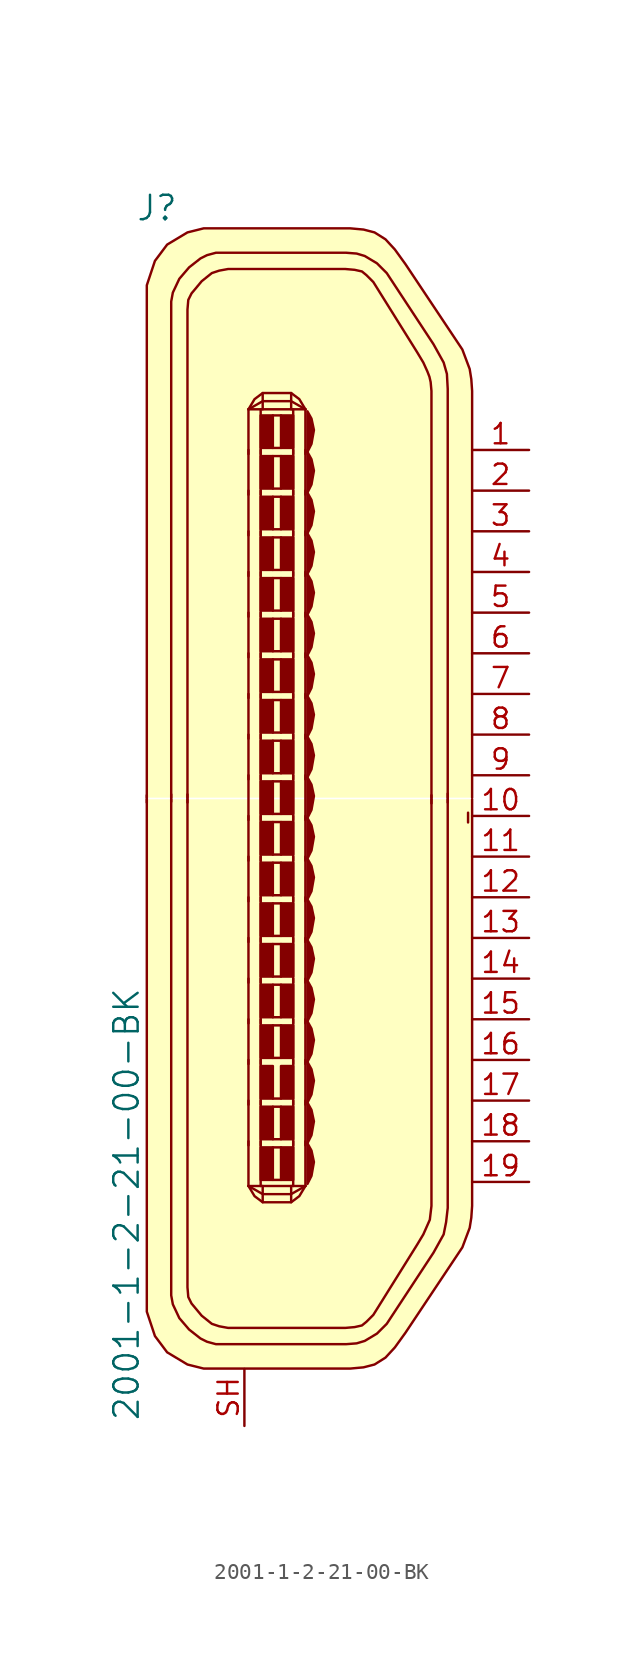
<source format=kicad_sym>
(kicad_symbol_lib
  (version 20220914)
  (generator kicad_symbol_editor)
  (symbol "2001-1-2-21-00-BK"
    (pin_names
      (offset 1.016))
    (property "Reference" "J"
      (at -8.001 37.973 0)
      (effects (font (size 1.524 1.524))))
    (property "Value" "2001-1-2-21-00-BK"
      (at -9.906 -24.257 90)
      (effects (font (size 1.524 1.524))))
    (symbol "2001-1-2-21-00-BK_0_1"
      (rectangle (start -1.524 -20.701) (end -0.762 -22.733) (stroke (width 0) (type default)) (fill (type outline)))
      (rectangle (start -1.524 -18.161) (end -0.762 -20.193) (stroke (width 0) (type default)) (fill (type outline)))
      (rectangle (start -1.524 -15.621) (end -0.762 -17.653) (stroke (width 0) (type default)) (fill (type outline)))
      (rectangle (start -1.524 -13.081) (end -0.762 -15.113) (stroke (width 0) (type default)) (fill (type outline)))
      (rectangle (start -1.524 -10.541) (end -0.762 -12.573) (stroke (width 0) (type default)) (fill (type outline)))
      (rectangle (start -1.524 -8.001) (end -0.762 -10.033) (stroke (width 0) (type default)) (fill (type outline)))
      (rectangle (start -1.524 -5.461) (end -0.762 -7.493) (stroke (width 0) (type default)) (fill (type outline)))
      (rectangle (start -1.524 -2.921) (end -0.762 -4.953) (stroke (width 0) (type default)) (fill (type outline)))
      (rectangle (start -1.524 -0.381) (end -0.762 -2.413) (stroke (width 0) (type default)) (fill (type outline)))
      (rectangle (start -1.524 2.159) (end -0.762 0.127) (stroke (width 0) (type default)) (fill (type outline)))
      (rectangle (start -1.524 4.699) (end -0.762 2.667) (stroke (width 0) (type default)) (fill (type outline)))
      (rectangle (start -1.524 7.239) (end -0.762 5.207) (stroke (width 0) (type default)) (fill (type outline)))
      (rectangle (start -1.524 9.779) (end -0.762 7.747) (stroke (width 0) (type default)) (fill (type outline)))
      (rectangle (start -1.524 12.319) (end -0.762 10.287) (stroke (width 0) (type default)) (fill (type outline)))
      (rectangle (start -1.524 14.859) (end -0.762 12.827) (stroke (width 0) (type default)) (fill (type outline)))
      (rectangle (start -1.524 17.399) (end -0.762 15.367) (stroke (width 0) (type default)) (fill (type outline)))
      (rectangle (start -1.524 19.939) (end -0.762 17.907) (stroke (width 0) (type default)) (fill (type outline)))
      (rectangle (start -1.524 22.479) (end -0.762 20.447) (stroke (width 0) (type default)) (fill (type outline)))
      (rectangle (start -1.524 25.019) (end -0.762 22.987) (stroke (width 0) (type default)) (fill (type outline)))
      (polyline (pts (xy -8.636 1.295) (xy -8.636 0.838)) (stroke (width 0) (type default)) (fill (type none)))
      (polyline (pts (xy -7.112 1.346) (xy -7.112 0.889)) (stroke (width 0) (type default)) (fill (type none)))
      (polyline (pts (xy -6.096 1.346) (xy -6.096 0.838)) (stroke (width 0) (type default)) (fill (type none)))
      (polyline (pts (xy -2.286 -23.114) (xy 1.27 -23.114)) (stroke (width 0) (type default)) (fill (type none)))
      (polyline (pts (xy -2.286 -20.32) (xy -2.286 -23.114)) (stroke (width 0) (type default)) (fill (type none)))
      (polyline (pts (xy -2.286 -17.78) (xy -2.286 -20.574)) (stroke (width 0) (type default)) (fill (type none)))
      (polyline (pts (xy -2.286 -15.24) (xy -2.286 -18.034)) (stroke (width 0) (type default)) (fill (type none)))
      (polyline (pts (xy -2.286 -12.7) (xy -2.286 -15.494)) (stroke (width 0) (type default)) (fill (type none)))
      (polyline (pts (xy -2.286 -10.16) (xy -2.286 -12.954)) (stroke (width 0) (type default)) (fill (type none)))
      (polyline (pts (xy -2.286 -7.62) (xy -2.286 -10.414)) (stroke (width 0) (type default)) (fill (type none)))
      (polyline (pts (xy -2.286 -5.08) (xy -2.286 -7.874)) (stroke (width 0) (type default)) (fill (type none)))
      (polyline (pts (xy -2.286 -2.54) (xy -2.286 -5.334)) (stroke (width 0) (type default)) (fill (type none)))
      (polyline (pts (xy -2.286 0) (xy -2.286 -2.794)) (stroke (width 0) (type default)) (fill (type none)))
      (polyline (pts (xy -2.286 2.54) (xy -2.286 -0.254)) (stroke (width 0) (type default)) (fill (type none)))
      (polyline (pts (xy -2.286 5.08) (xy -2.286 2.286)) (stroke (width 0) (type default)) (fill (type none)))
      (polyline (pts (xy -2.286 7.62) (xy -2.286 4.826)) (stroke (width 0) (type default)) (fill (type none)))
      (polyline (pts (xy -2.286 10.16) (xy -2.286 7.366)) (stroke (width 0) (type default)) (fill (type none)))
      (polyline (pts (xy -2.286 12.7) (xy -2.286 9.906)) (stroke (width 0) (type default)) (fill (type none)))
      (polyline (pts (xy -2.286 15.24) (xy -2.286 12.446)) (stroke (width 0) (type default)) (fill (type none)))
      (polyline (pts (xy -2.286 17.78) (xy -2.286 14.986)) (stroke (width 0) (type default)) (fill (type none)))
      (polyline (pts (xy -2.286 20.32) (xy -2.286 17.526)) (stroke (width 0) (type default)) (fill (type none)))
      (polyline (pts (xy -2.286 22.86) (xy -2.286 20.066)) (stroke (width 0) (type default)) (fill (type none)))
      (polyline (pts (xy -2.286 25.4) (xy -2.286 22.606)) (stroke (width 0) (type default)) (fill (type none)))
      (polyline (pts (xy -2.286 25.4) (xy 1.27 25.4)) (stroke (width 0) (type default)) (fill (type none)))
      (polyline (pts (xy -1.524 -20.32) (xy -1.524 -23.114)) (stroke (width 0) (type default)) (fill (type none)))
      (polyline (pts (xy -1.524 -17.78) (xy -1.524 -20.574)) (stroke (width 0) (type default)) (fill (type none)))
      (polyline (pts (xy -1.524 -15.24) (xy -1.524 -18.034)) (stroke (width 0) (type default)) (fill (type none)))
      (polyline (pts (xy -1.524 -12.7) (xy -1.524 -15.494)) (stroke (width 0) (type default)) (fill (type none)))
      (polyline (pts (xy -1.524 -10.16) (xy -1.524 -12.954)) (stroke (width 0) (type default)) (fill (type none)))
      (polyline (pts (xy -1.524 -7.62) (xy -1.524 -10.414)) (stroke (width 0) (type default)) (fill (type none)))
      (polyline (pts (xy -1.524 -5.08) (xy -1.524 -7.874)) (stroke (width 0) (type default)) (fill (type none)))
      (polyline (pts (xy -1.524 -2.54) (xy -1.524 -5.334)) (stroke (width 0) (type default)) (fill (type none)))
      (polyline (pts (xy -1.524 0) (xy -1.524 -2.794)) (stroke (width 0) (type default)) (fill (type none)))
      (polyline (pts (xy -1.524 2.54) (xy -1.524 -0.254)) (stroke (width 0) (type default)) (fill (type none)))
      (polyline (pts (xy -1.524 5.08) (xy -1.524 2.286)) (stroke (width 0) (type default)) (fill (type none)))
      (polyline (pts (xy -1.524 7.62) (xy -1.524 4.826)) (stroke (width 0) (type default)) (fill (type none)))
      (polyline (pts (xy -1.524 10.16) (xy -1.524 7.366)) (stroke (width 0) (type default)) (fill (type none)))
      (polyline (pts (xy -1.524 12.7) (xy -1.524 9.906)) (stroke (width 0) (type default)) (fill (type none)))
      (polyline (pts (xy -1.524 15.24) (xy -1.524 12.446)) (stroke (width 0) (type default)) (fill (type none)))
      (polyline (pts (xy -1.524 17.78) (xy -1.524 14.986)) (stroke (width 0) (type default)) (fill (type none)))
      (polyline (pts (xy -1.524 20.32) (xy -1.524 17.526)) (stroke (width 0) (type default)) (fill (type none)))
      (polyline (pts (xy -1.524 22.86) (xy -1.524 20.066)) (stroke (width 0) (type default)) (fill (type none)))
      (polyline (pts (xy -1.524 25.4) (xy -1.524 22.606)) (stroke (width 0) (type default)) (fill (type none)))
      (polyline (pts (xy -1.397 -23.114) (xy -1.397 -24.13)) (stroke (width 0) (type default)) (fill (type none)))
      (polyline (pts (xy -1.397 25.4) (xy -1.397 26.416)) (stroke (width 0) (type default)) (fill (type none)))
      (polyline (pts (xy -0.762 -22.733) (xy -0.254 -22.733)) (stroke (width 0) (type default)) (fill (type none)))
      (polyline (pts (xy -0.762 -20.701) (xy -0.254 -20.701)) (stroke (width 0) (type default)) (fill (type none)))
      (polyline (pts (xy -0.762 -20.193) (xy -0.254 -20.193)) (stroke (width 0) (type default)) (fill (type none)))
      (polyline (pts (xy -0.762 -18.161) (xy -0.254 -18.161)) (stroke (width 0) (type default)) (fill (type none)))
      (polyline (pts (xy -0.762 -17.653) (xy -0.254 -17.653)) (stroke (width 0) (type default)) (fill (type none)))
      (polyline (pts (xy -0.762 -15.113) (xy -0.254 -15.113)) (stroke (width 0) (type default)) (fill (type none)))
      (polyline (pts (xy -0.762 -13.081) (xy -0.254 -13.081)) (stroke (width 0) (type default)) (fill (type none)))
      (polyline (pts (xy -0.762 -12.573) (xy -0.254 -12.573)) (stroke (width 0) (type default)) (fill (type none)))
      (polyline (pts (xy -0.762 -10.541) (xy -0.254 -10.541)) (stroke (width 0) (type default)) (fill (type none)))
      (polyline (pts (xy -0.762 -10.033) (xy -0.254 -10.033)) (stroke (width 0) (type default)) (fill (type none)))
      (polyline (pts (xy -0.762 -8.001) (xy -0.254 -8.001)) (stroke (width 0) (type default)) (fill (type none)))
      (polyline (pts (xy -0.762 -7.493) (xy -0.254 -7.493)) (stroke (width 0) (type default)) (fill (type none)))
      (polyline (pts (xy -0.762 -5.461) (xy -0.254 -5.461)) (stroke (width 0) (type default)) (fill (type none)))
      (polyline (pts (xy -0.762 -4.953) (xy -0.254 -4.953)) (stroke (width 0) (type default)) (fill (type none)))
      (polyline (pts (xy -0.762 -2.921) (xy -0.254 -2.921)) (stroke (width 0) (type default)) (fill (type none)))
      (polyline (pts (xy -0.762 -2.413) (xy -0.254 -2.413)) (stroke (width 0) (type default)) (fill (type none)))
      (polyline (pts (xy -0.762 -0.381) (xy -0.254 -0.381)) (stroke (width 0) (type default)) (fill (type none)))
      (polyline (pts (xy -0.762 0.127) (xy -0.254 0.127)) (stroke (width 0) (type default)) (fill (type none)))
      (polyline (pts (xy -0.762 2.159) (xy -0.254 2.159)) (stroke (width 0) (type default)) (fill (type none)))
      (polyline (pts (xy -0.762 2.667) (xy -0.254 2.667)) (stroke (width 0) (type default)) (fill (type none)))
      (polyline (pts (xy -0.762 4.699) (xy -0.254 4.699)) (stroke (width 0) (type default)) (fill (type none)))
      (polyline (pts (xy -0.762 5.207) (xy -0.254 5.207)) (stroke (width 0) (type default)) (fill (type none)))
      (polyline (pts (xy -0.762 7.239) (xy -0.254 7.239)) (stroke (width 0) (type default)) (fill (type none)))
      (polyline (pts (xy -0.762 7.747) (xy -0.254 7.747)) (stroke (width 0) (type default)) (fill (type none)))
      (polyline (pts (xy -0.762 9.779) (xy -0.254 9.779)) (stroke (width 0) (type default)) (fill (type none)))
      (polyline (pts (xy -0.762 10.287) (xy -0.254 10.287)) (stroke (width 0) (type default)) (fill (type none)))
      (polyline (pts (xy -0.762 12.319) (xy -0.254 12.319)) (stroke (width 0) (type default)) (fill (type none)))
      (polyline (pts (xy -0.762 12.827) (xy -0.254 12.827)) (stroke (width 0) (type default)) (fill (type none)))
      (polyline (pts (xy -0.762 14.859) (xy -0.254 14.859)) (stroke (width 0) (type default)) (fill (type none)))
      (polyline (pts (xy -0.762 15.367) (xy -0.254 15.367)) (stroke (width 0) (type default)) (fill (type none)))
      (polyline (pts (xy -0.762 17.399) (xy -0.254 17.399)) (stroke (width 0) (type default)) (fill (type none)))
      (polyline (pts (xy -0.762 17.907) (xy -0.254 17.907)) (stroke (width 0) (type default)) (fill (type none)))
      (polyline (pts (xy -0.762 19.939) (xy -0.254 19.939)) (stroke (width 0) (type default)) (fill (type none)))
      (polyline (pts (xy -0.762 20.447) (xy -0.254 20.447)) (stroke (width 0) (type default)) (fill (type none)))
      (polyline (pts (xy -0.762 22.479) (xy -0.254 22.479)) (stroke (width 0) (type default)) (fill (type none)))
      (polyline (pts (xy -0.762 22.987) (xy -0.254 22.987)) (stroke (width 0) (type default)) (fill (type none)))
      (polyline (pts (xy -0.762 25.019) (xy -0.254 25.019)) (stroke (width 0) (type default)) (fill (type none)))
      (polyline (pts (xy 0.381 -23.114) (xy 0.381 -24.13)) (stroke (width 0) (type default)) (fill (type none)))
      (polyline (pts (xy 0.381 25.4) (xy 0.381 26.416)) (stroke (width 0) (type default)) (fill (type none)))
      (polyline (pts (xy 1.27 -20.32) (xy 1.27 -23.114)) (stroke (width 0) (type default)) (fill (type none)))
      (polyline (pts (xy 1.27 -17.78) (xy 1.27 -20.574)) (stroke (width 0) (type default)) (fill (type none)))
      (polyline (pts (xy 1.27 -15.24) (xy 1.27 -18.034)) (stroke (width 0) (type default)) (fill (type none)))
      (polyline (pts (xy 1.27 -12.7) (xy 1.27 -15.494)) (stroke (width 0) (type default)) (fill (type none)))
      (polyline (pts (xy 1.27 -10.16) (xy 1.27 -12.954)) (stroke (width 0) (type default)) (fill (type none)))
      (polyline (pts (xy 1.27 -7.62) (xy 1.27 -10.414)) (stroke (width 0) (type default)) (fill (type none)))
      (polyline (pts (xy 1.27 -5.08) (xy 1.27 -7.874)) (stroke (width 0) (type default)) (fill (type none)))
      (polyline (pts (xy 1.27 -2.54) (xy 1.27 -5.334)) (stroke (width 0) (type default)) (fill (type none)))
      (polyline (pts (xy 1.27 0) (xy 1.27 -2.794)) (stroke (width 0) (type default)) (fill (type none)))
      (polyline (pts (xy 1.27 2.54) (xy 1.27 -0.254)) (stroke (width 0) (type default)) (fill (type none)))
      (polyline (pts (xy 1.27 5.08) (xy 1.27 2.286)) (stroke (width 0) (type default)) (fill (type none)))
      (polyline (pts (xy 1.27 7.62) (xy 1.27 4.826)) (stroke (width 0) (type default)) (fill (type none)))
      (polyline (pts (xy 1.27 10.16) (xy 1.27 7.366)) (stroke (width 0) (type default)) (fill (type none)))
      (polyline (pts (xy 1.27 12.7) (xy 1.27 9.906)) (stroke (width 0) (type default)) (fill (type none)))
      (polyline (pts (xy 1.27 15.24) (xy 1.27 12.446)) (stroke (width 0) (type default)) (fill (type none)))
      (polyline (pts (xy 1.27 17.78) (xy 1.27 14.986)) (stroke (width 0) (type default)) (fill (type none)))
      (polyline (pts (xy 1.27 20.32) (xy 1.27 17.526)) (stroke (width 0) (type default)) (fill (type none)))
      (polyline (pts (xy 1.27 22.86) (xy 1.27 20.066)) (stroke (width 0) (type default)) (fill (type none)))
      (polyline (pts (xy 1.27 25.4) (xy 1.27 22.606)) (stroke (width 0) (type default)) (fill (type none)))
      (polyline (pts (xy 9.144 1.295) (xy 9.144 0.787)) (stroke (width 0) (type default)) (fill (type none)))
      (polyline (pts (xy 10.16 1.397) (xy 10.16 0.838)) (stroke (width 0) (type default)) (fill (type none)))
      (polyline (pts (xy 11.43 0.203) (xy 11.43 -0.406)) (stroke (width 0) (type default)) (fill (type none)))
      (polyline (pts (xy 0.508 -20.32) (xy 0.508 -22.733) (xy 0.508 -23.114)) (stroke (width 0) (type default)) (fill (type none)))
      (polyline (pts (xy 0.508 -17.78) (xy 0.508 -20.193) (xy 0.508 -20.574)) (stroke (width 0) (type default)) (fill (type none)))
      (polyline (pts (xy 0.508 -15.24) (xy 0.508 -17.653) (xy 0.508 -18.034)) (stroke (width 0) (type default)) (fill (type none)))
      (polyline (pts (xy 0.508 -12.7) (xy 0.508 -15.113) (xy 0.508 -15.494)) (stroke (width 0) (type default)) (fill (type none)))
      (polyline (pts (xy 0.508 -10.16) (xy 0.508 -12.573) (xy 0.508 -12.954)) (stroke (width 0) (type default)) (fill (type none)))
      (polyline (pts (xy 0.508 -7.62) (xy 0.508 -10.033) (xy 0.508 -10.414)) (stroke (width 0) (type default)) (fill (type none)))
      (polyline (pts (xy 0.508 -5.08) (xy 0.508 -7.493) (xy 0.508 -7.874)) (stroke (width 0) (type default)) (fill (type none)))
      (polyline (pts (xy 0.508 -2.54) (xy 0.508 -4.953) (xy 0.508 -5.334)) (stroke (width 0) (type default)) (fill (type none)))
      (polyline (pts (xy 0.508 0) (xy 0.508 -2.413) (xy 0.508 -2.794)) (stroke (width 0) (type default)) (fill (type none)))
      (polyline (pts (xy 0.508 2.54) (xy 0.508 0.127) (xy 0.508 -0.254)) (stroke (width 0) (type default)) (fill (type none)))
      (polyline (pts (xy 0.508 5.08) (xy 0.508 2.667) (xy 0.508 2.286)) (stroke (width 0) (type default)) (fill (type none)))
      (polyline (pts (xy 0.508 7.62) (xy 0.508 5.207) (xy 0.508 4.826)) (stroke (width 0) (type default)) (fill (type none)))
      (polyline (pts (xy 0.508 10.16) (xy 0.508 7.747) (xy 0.508 7.366)) (stroke (width 0) (type default)) (fill (type none)))
      (polyline (pts (xy 0.508 12.7) (xy 0.508 10.287) (xy 0.508 9.906)) (stroke (width 0) (type default)) (fill (type none)))
      (polyline (pts (xy 0.508 15.24) (xy 0.508 12.827) (xy 0.508 12.446)) (stroke (width 0) (type default)) (fill (type none)))
      (polyline (pts (xy 0.508 17.78) (xy 0.508 15.367) (xy 0.508 14.986)) (stroke (width 0) (type default)) (fill (type none)))
      (polyline (pts (xy 0.508 20.32) (xy 0.508 17.907) (xy 0.508 17.526)) (stroke (width 0) (type default)) (fill (type none)))
      (polyline (pts (xy 0.508 22.86) (xy 0.508 20.447) (xy 0.508 20.066)) (stroke (width 0) (type default)) (fill (type none)))
      (polyline (pts (xy 0.508 25.4) (xy 0.508 22.987) (xy 0.508 22.606)) (stroke (width 0) (type default)) (fill (type none)))
      (polyline (pts (xy -2.286 -23.114) (xy -1.397 -23.622) (xy 0.381 -23.622) (xy 1.27 -23.114)) (stroke (width 0) (type default)) (fill (type none)))
      (polyline (pts (xy -2.286 25.4) (xy -1.397 25.908) (xy 0.381 25.908) (xy 1.27 25.4)) (stroke (width 0) (type default)) (fill (type none)))
      (polyline (pts (xy -2.286 -23.114) (xy -1.905 -23.749) (xy -1.397 -24.13) (xy 0.381 -24.13) (xy 0.889 -23.749) (xy 1.27 -23.114)) (stroke (width 0) (type default)) (fill (type none)))
      (polyline (pts (xy -2.286 25.4) (xy -1.905 26.035) (xy -1.397 26.416) (xy 0.381 26.416) (xy 0.889 26.035) (xy 1.27 25.4)) (stroke (width 0) (type default)) (fill (type none)))
      (polyline (pts (xy 1.397 -20.447) (xy 1.397 -22.987) (xy 1.651 -22.479) (xy 1.803 -21.615) (xy 1.651 -20.904) (xy 1.397 -20.447)) (stroke (width 0) (type default)) (fill (type outline)))
      (polyline (pts (xy 1.397 -17.907) (xy 1.397 -20.447) (xy 1.651 -19.939) (xy 1.803 -19.075) (xy 1.651 -18.364) (xy 1.397 -17.907)) (stroke (width 0) (type default)) (fill (type outline)))
      (polyline (pts (xy 1.397 -15.367) (xy 1.397 -17.907) (xy 1.651 -17.399) (xy 1.803 -16.535) (xy 1.651 -15.824) (xy 1.397 -15.367)) (stroke (width 0) (type default)) (fill (type outline)))
      (polyline (pts (xy 1.397 -12.827) (xy 1.397 -15.367) (xy 1.651 -14.859) (xy 1.803 -13.995) (xy 1.651 -13.284) (xy 1.397 -12.827)) (stroke (width 0) (type default)) (fill (type outline)))
      (polyline (pts (xy 1.397 -10.287) (xy 1.397 -12.827) (xy 1.651 -12.319) (xy 1.803 -11.455) (xy 1.651 -10.744) (xy 1.397 -10.287)) (stroke (width 0) (type default)) (fill (type outline)))
      (polyline (pts (xy 1.397 -7.747) (xy 1.397 -10.287) (xy 1.651 -9.779) (xy 1.803 -8.915) (xy 1.651 -8.204) (xy 1.397 -7.747)) (stroke (width 0) (type default)) (fill (type outline)))
      (polyline (pts (xy 1.397 -5.207) (xy 1.397 -7.747) (xy 1.651 -7.239) (xy 1.803 -6.375) (xy 1.651 -5.664) (xy 1.397 -5.207)) (stroke (width 0) (type default)) (fill (type outline)))
      (polyline (pts (xy 1.397 -2.667) (xy 1.397 -5.207) (xy 1.651 -4.699) (xy 1.803 -3.835) (xy 1.651 -3.124) (xy 1.397 -2.667)) (stroke (width 0) (type default)) (fill (type outline)))
      (polyline (pts (xy 1.397 -0.127) (xy 1.397 -2.667) (xy 1.651 -2.159) (xy 1.803 -1.295) (xy 1.651 -0.584) (xy 1.397 -0.127)) (stroke (width 0) (type default)) (fill (type outline)))
      (polyline (pts (xy 1.397 2.413) (xy 1.397 -0.127) (xy 1.651 0.381) (xy 1.803 1.245) (xy 1.651 1.956) (xy 1.397 2.413)) (stroke (width 0) (type default)) (fill (type outline)))
      (polyline (pts (xy 1.397 4.953) (xy 1.397 2.413) (xy 1.651 2.921) (xy 1.803 3.785) (xy 1.651 4.496) (xy 1.397 4.953)) (stroke (width 0) (type default)) (fill (type outline)))
      (polyline (pts (xy 1.397 7.493) (xy 1.397 4.953) (xy 1.651 5.461) (xy 1.803 6.325) (xy 1.651 7.036) (xy 1.397 7.493)) (stroke (width 0) (type default)) (fill (type outline)))
      (polyline (pts (xy 1.397 10.033) (xy 1.397 7.493) (xy 1.651 8.001) (xy 1.803 8.865) (xy 1.651 9.576) (xy 1.397 10.033)) (stroke (width 0) (type default)) (fill (type outline)))
      (polyline (pts (xy 1.397 12.573) (xy 1.397 10.033) (xy 1.651 10.541) (xy 1.803 11.405) (xy 1.651 12.116) (xy 1.397 12.573)) (stroke (width 0) (type default)) (fill (type outline)))
      (polyline (pts (xy 1.397 15.113) (xy 1.397 12.573) (xy 1.651 13.081) (xy 1.803 13.945) (xy 1.651 14.656) (xy 1.397 15.113)) (stroke (width 0) (type default)) (fill (type outline)))
      (polyline (pts (xy 1.397 17.653) (xy 1.397 15.113) (xy 1.651 15.621) (xy 1.803 16.485) (xy 1.651 17.196) (xy 1.397 17.653)) (stroke (width 0) (type default)) (fill (type outline)))
      (polyline (pts (xy 1.397 20.193) (xy 1.397 17.653) (xy 1.651 18.161) (xy 1.803 19.025) (xy 1.651 19.736) (xy 1.397 20.193)) (stroke (width 0) (type default)) (fill (type outline)))
      (polyline (pts (xy 1.397 22.733) (xy 1.397 20.193) (xy 1.651 20.701) (xy 1.803 21.565) (xy 1.651 22.276) (xy 1.397 22.733)) (stroke (width 0) (type default)) (fill (type outline)))
      (polyline (pts (xy 1.397 25.273) (xy 1.397 22.733) (xy 1.651 23.241) (xy 1.803 24.105) (xy 1.651 24.816) (xy 1.397 25.273)) (stroke (width 0) (type default)) (fill (type outline)))
      (polyline (pts (xy 9.144 1.041) (xy 9.144 -24.359) (xy 9.042 -25.222) (xy 8.636 -26.137) (xy 8.255 -26.772) (xy 5.512 -31.166) (xy 5.08 -31.598) (xy 4.801 -31.826) (xy 4.343 -31.928) (xy 3.759 -31.979) (xy -3.556 -31.979) (xy -4.115 -31.877) (xy -4.572 -31.725) (xy -5.207 -31.217) (xy -5.842 -30.455) (xy -6.045 -30.048) (xy -6.096 -29.439) (xy -6.096 1.041)) (stroke (width 0) (type default)) (fill (type none)))
      (polyline (pts (xy 11.684 1.041) (xy 11.684 -24.359) (xy 11.633 -25.095) (xy 11.532 -25.73) (xy 11.074 -26.949) (xy 7.518 -32.283) (xy 6.858 -33.198) (xy 6.274 -33.833) (xy 5.588 -34.265) (xy 4.902 -34.442) (xy 4.064 -34.519) (xy -3.556 -34.519) (xy -5.08 -34.519) (xy -6.096 -34.265) (xy -7.366 -33.503) (xy -8.128 -32.487) (xy -8.636 -30.963) (xy -8.636 -29.439) (xy -8.636 1.041)) (stroke (width 0) (type default)) (fill (type background)))
      (polyline (pts (xy 11.684 1.143) (xy 11.684 26.543) (xy 11.633 27.28) (xy 11.532 27.915) (xy 11.074 29.134) (xy 7.518 34.468) (xy 6.858 35.382) (xy 6.274 36.017) (xy 5.588 36.449) (xy 4.902 36.627) (xy 4.064 36.703) (xy -3.556 36.703) (xy -5.08 36.703) (xy -6.096 36.449) (xy -7.366 35.687) (xy -8.128 34.671) (xy -8.636 33.147) (xy -8.636 31.623) (xy -8.636 1.143)) (stroke (width 0) (type default)) (fill (type background)))
      (polyline (pts (xy -7.112 1.041) (xy -7.112 -29.947) (xy -7.01 -30.505) (xy -6.604 -31.369) (xy -5.994 -32.08) (xy -5.283 -32.639) (xy -4.877 -32.842) (xy -4.318 -32.995) (xy -3.048 -32.995) (xy 3.81 -32.995) (xy 4.47 -32.944) (xy 4.978 -32.791) (xy 5.74 -32.334) (xy 6.35 -31.725) (xy 9.271 -27.28) (xy 9.906 -26.137) (xy 10.058 -25.375) (xy 10.16 -24.486) (xy 10.16 -24.359) (xy 10.16 1.041)) (stroke (width 0) (type default)) (fill (type none)))
      (polyline (pts (xy -7.112 1.143) (xy -7.112 32.131) (xy -7.01 32.69) (xy -6.604 33.553) (xy -5.994 34.265) (xy -5.283 34.823) (xy -4.877 35.027) (xy -4.318 35.179) (xy -3.048 35.179) (xy 3.81 35.179) (xy 4.47 35.128) (xy 4.978 34.976) (xy 5.74 34.519) (xy 6.35 33.909) (xy 9.271 29.464) (xy 9.906 28.321) (xy 10.109 27.61) (xy 10.16 26.67) (xy 10.16 26.543) (xy 10.16 1.143)) (stroke (width 0) (type default)) (fill (type none)))
      (polyline (pts (xy 9.144 1.143) (xy 9.144 26.543) (xy 9.093 27.102) (xy 9.017 27.432) (xy 8.89 27.762) (xy 8.636 28.321) (xy 8.255 28.956) (xy 5.512 33.35) (xy 5.08 33.782) (xy 4.801 34.011) (xy 4.343 34.112) (xy 3.759 34.163) (xy -3.556 34.163) (xy -4.115 34.061) (xy -4.572 33.909) (xy -5.207 33.401) (xy -5.842 32.639) (xy -6.045 32.233) (xy -6.096 31.623) (xy -6.096 1.143)) (stroke (width 0) (type default)) (fill (type none)))
      (rectangle (start 0.508 -20.701) (end -0.254 -22.733) (stroke (width 0) (type default)) (fill (type outline)))
      (rectangle (start 0.508 -18.161) (end -0.254 -20.193) (stroke (width 0) (type default)) (fill (type outline)))
      (rectangle (start 0.508 -15.621) (end -0.254 -17.653) (stroke (width 0) (type default)) (fill (type outline)))
      (rectangle (start 0.508 -13.081) (end -0.254 -15.113) (stroke (width 0) (type default)) (fill (type outline)))
      (rectangle (start 0.508 -10.541) (end -0.254 -12.573) (stroke (width 0) (type default)) (fill (type outline)))
      (rectangle (start 0.508 -8.001) (end -0.254 -10.033) (stroke (width 0) (type default)) (fill (type outline)))
      (rectangle (start 0.508 -5.461) (end -0.254 -7.493) (stroke (width 0) (type default)) (fill (type outline)))
      (rectangle (start 0.508 -2.921) (end -0.254 -4.953) (stroke (width 0) (type default)) (fill (type outline)))
      (rectangle (start 0.508 -0.381) (end -0.254 -2.413) (stroke (width 0) (type default)) (fill (type outline)))
      (rectangle (start 0.508 2.159) (end -0.254 0.127) (stroke (width 0) (type default)) (fill (type outline)))
      (rectangle (start 0.508 4.699) (end -0.254 2.667) (stroke (width 0) (type default)) (fill (type outline)))
      (rectangle (start 0.508 7.239) (end -0.254 5.207) (stroke (width 0) (type default)) (fill (type outline)))
      (rectangle (start 0.508 9.779) (end -0.254 7.747) (stroke (width 0) (type default)) (fill (type outline)))
      (rectangle (start 0.508 12.319) (end -0.254 10.287) (stroke (width 0) (type default)) (fill (type outline)))
      (rectangle (start 0.508 14.859) (end -0.254 12.827) (stroke (width 0) (type default)) (fill (type outline)))
      (rectangle (start 0.508 17.399) (end -0.254 15.367) (stroke (width 0) (type default)) (fill (type outline)))
      (rectangle (start 0.508 19.939) (end -0.254 17.907) (stroke (width 0) (type default)) (fill (type outline)))
      (rectangle (start 0.508 22.479) (end -0.254 20.447) (stroke (width 0) (type default)) (fill (type outline)))
      (rectangle (start 0.508 25.019) (end -0.254 22.987) (stroke (width 0) (type default)) (fill (type outline))))
    (symbol "2001-1-2-21-00-BK_1_1"
      (pin passive line (at 15.24 22.86 180) (length 3.556) (name "~" (effects (font (size 1.27 1.27)))) (number "1" (effects (font (size 1.27 1.27)))))
      (pin passive line (at 15.24 0 180) (length 3.556) (name "~" (effects (font (size 1.27 1.27)))) (number "10" (effects (font (size 1.27 1.27)))))
      (pin passive line (at 15.24 -2.54 180) (length 3.556) (name "~" (effects (font (size 1.27 1.27)))) (number "11" (effects (font (size 1.27 1.27)))))
      (pin passive line (at 15.24 -5.08 180) (length 3.556) (name "~" (effects (font (size 1.27 1.27)))) (number "12" (effects (font (size 1.27 1.27)))))
      (pin passive line (at 15.24 -7.62 180) (length 3.556) (name "~" (effects (font (size 1.27 1.27)))) (number "13" (effects (font (size 1.27 1.27)))))
      (pin passive line (at 15.24 -10.16 180) (length 3.556) (name "~" (effects (font (size 1.27 1.27)))) (number "14" (effects (font (size 1.27 1.27)))))
      (pin passive line (at 15.24 -12.7 180) (length 3.556) (name "~" (effects (font (size 1.27 1.27)))) (number "15" (effects (font (size 1.27 1.27)))))
      (pin passive line (at 15.24 -15.24 180) (length 3.556) (name "~" (effects (font (size 1.27 1.27)))) (number "16" (effects (font (size 1.27 1.27)))))
      (pin passive line (at 15.24 -17.78 180) (length 3.556) (name "~" (effects (font (size 1.27 1.27)))) (number "17" (effects (font (size 1.27 1.27)))))
      (pin passive line (at 15.24 -20.32 180) (length 3.556) (name "~" (effects (font (size 1.27 1.27)))) (number "18" (effects (font (size 1.27 1.27)))))
      (pin passive line (at 15.24 -22.86 180) (length 3.556) (name "~" (effects (font (size 1.27 1.27)))) (number "19" (effects (font (size 1.27 1.27)))))
      (pin passive line (at 15.24 20.32 180) (length 3.556) (name "~" (effects (font (size 1.27 1.27)))) (number "2" (effects (font (size 1.27 1.27)))))
      (pin passive line (at 15.24 17.78 180) (length 3.556) (name "~" (effects (font (size 1.27 1.27)))) (number "3" (effects (font (size 1.27 1.27)))))
      (pin passive line (at 15.24 15.24 180) (length 3.556) (name "~" (effects (font (size 1.27 1.27)))) (number "4" (effects (font (size 1.27 1.27)))))
      (pin passive line (at 15.24 12.7 180) (length 3.556) (name "~" (effects (font (size 1.27 1.27)))) (number "5" (effects (font (size 1.27 1.27)))))
      (pin passive line (at 15.24 10.16 180) (length 3.556) (name "~" (effects (font (size 1.27 1.27)))) (number "6" (effects (font (size 1.27 1.27)))))
      (pin passive line (at 15.24 7.62 180) (length 3.556) (name "~" (effects (font (size 1.27 1.27)))) (number "7" (effects (font (size 1.27 1.27)))))
      (pin passive line (at 15.24 5.08 180) (length 3.556) (name "~" (effects (font (size 1.27 1.27)))) (number "8" (effects (font (size 1.27 1.27)))))
      (pin passive line (at 15.24 2.54 180) (length 3.556) (name "~" (effects (font (size 1.27 1.27)))) (number "9" (effects (font (size 1.27 1.27)))))
      (pin passive line (at -2.54 -38.1 90) (length 3.556) (name "~" (effects (font (size 1.27 1.27)))) (number "SH" (effects (font (size 1.27 1.27))))))))
</source>
